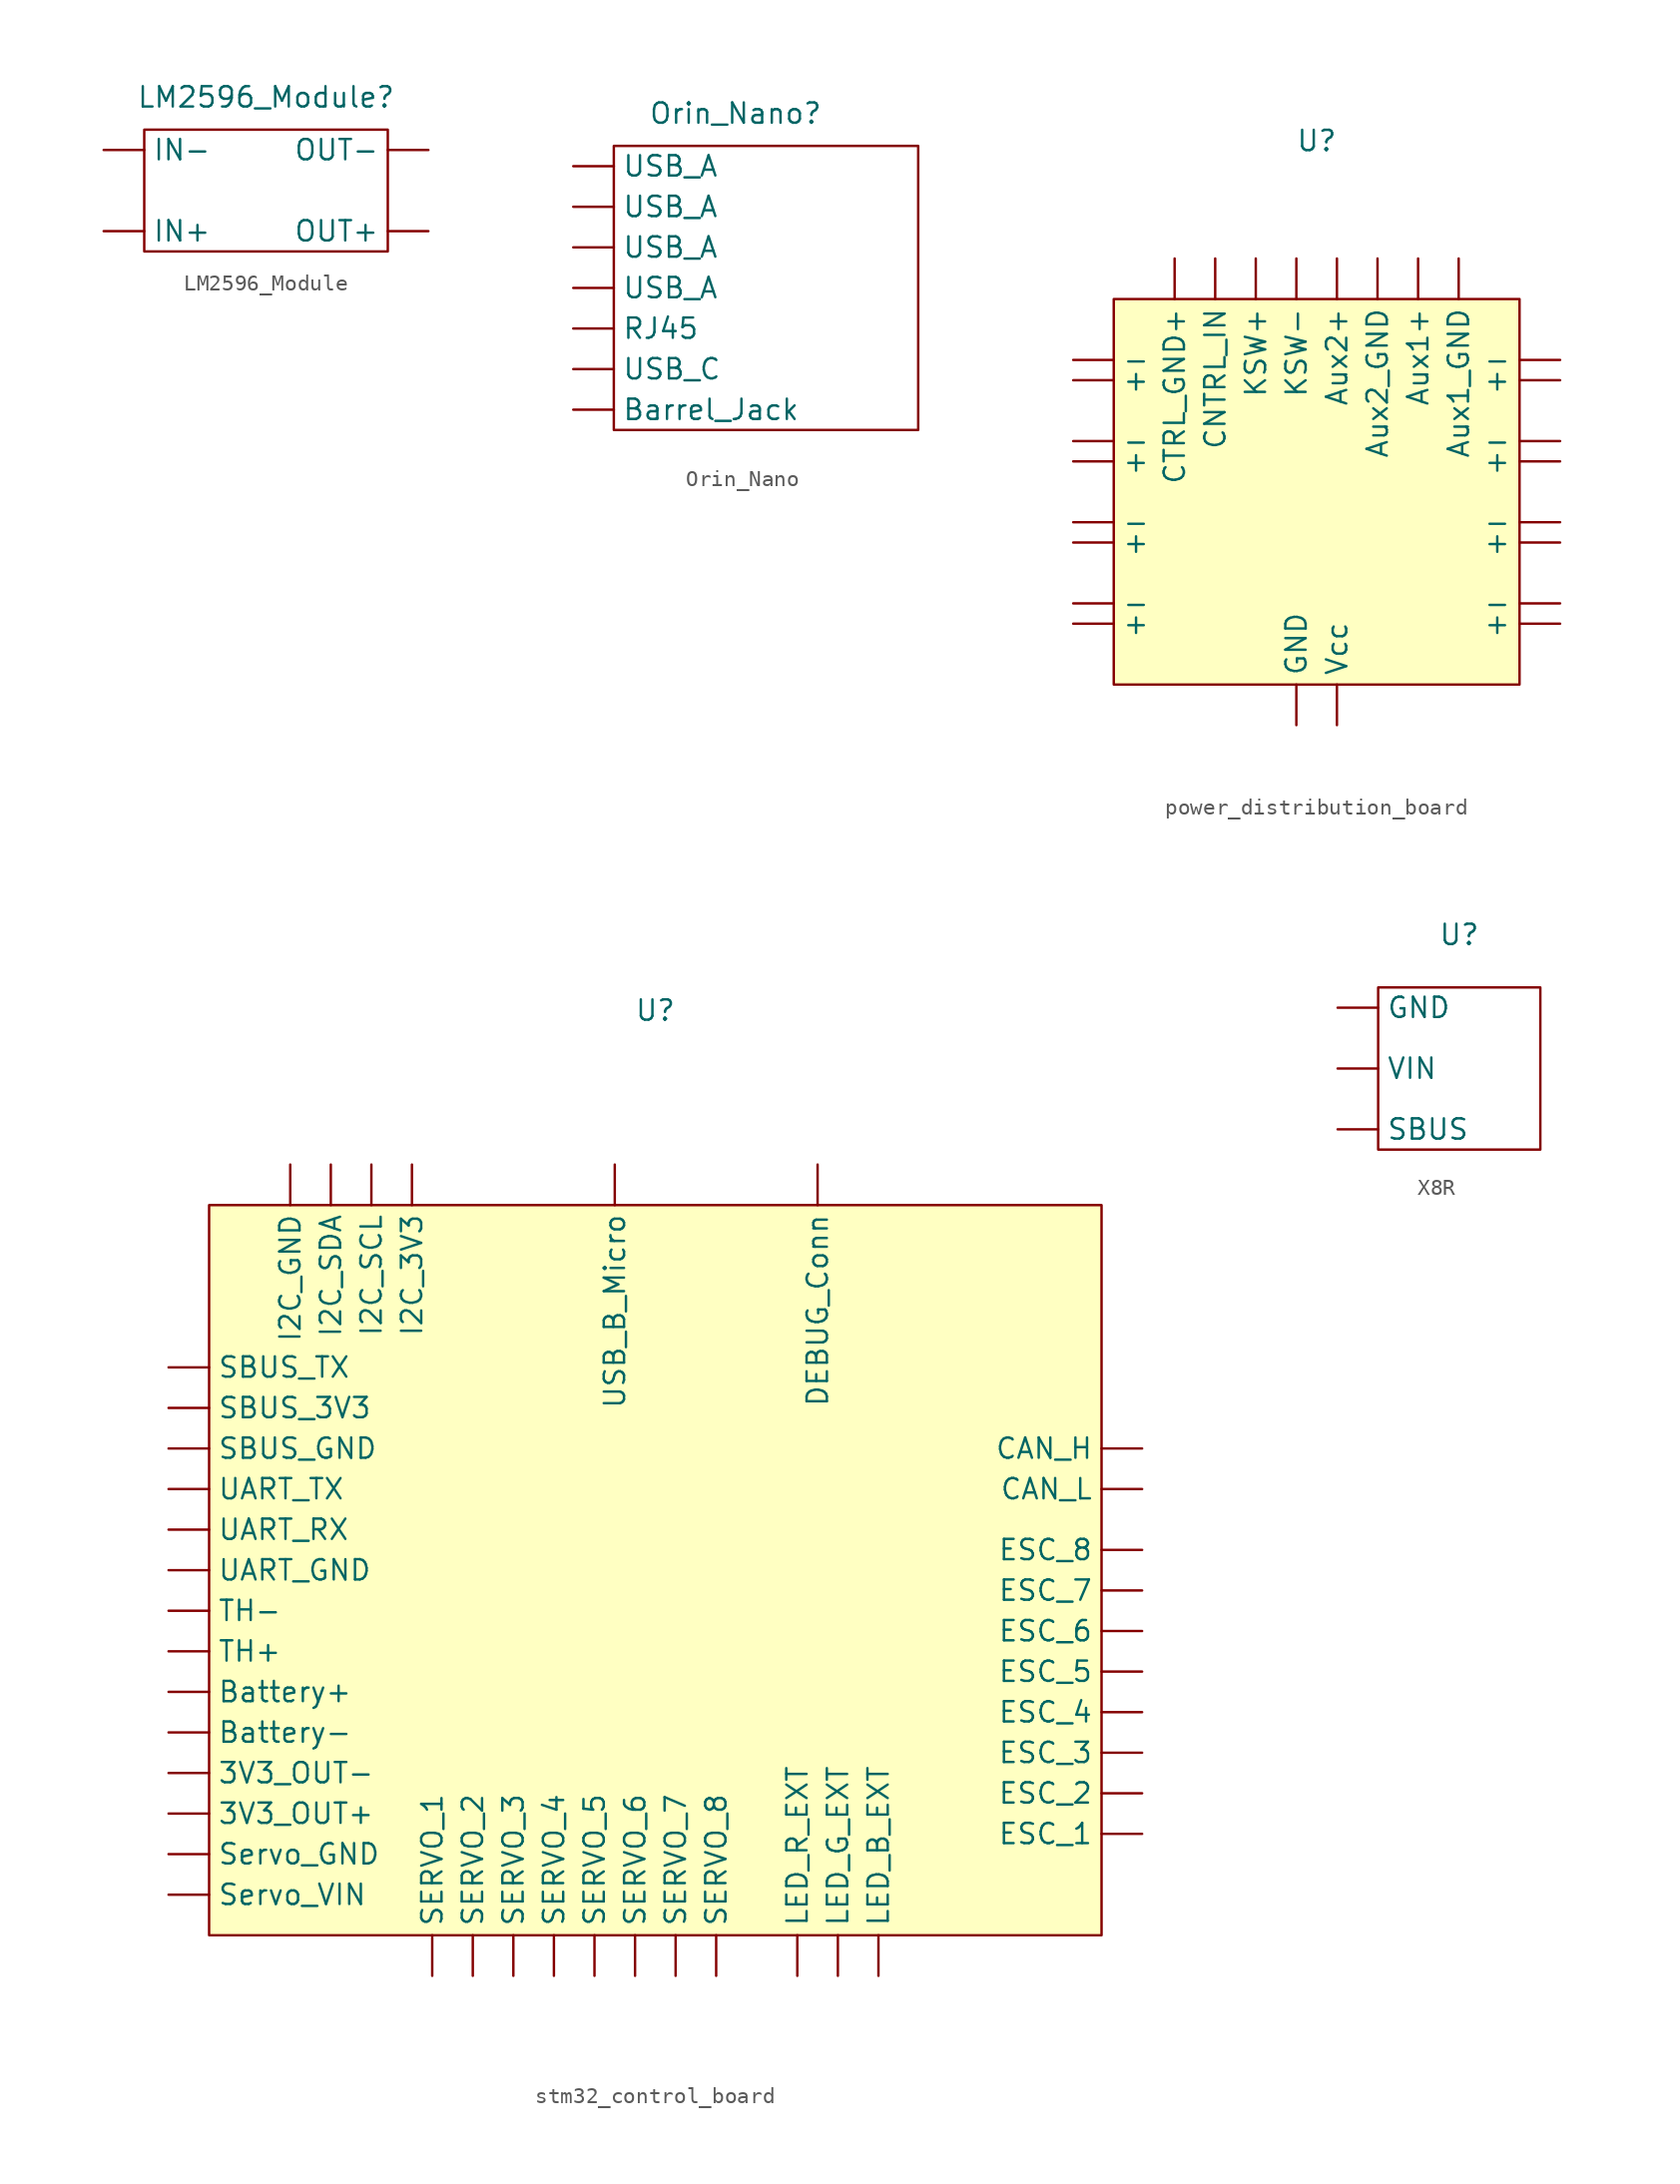
<source format=kicad_sym>
(kicad_symbol_lib
  (version 20241209)
  (generator "kicad_symbol_editor")
  (generator_version "9.0")
  (symbol "LM2596_Module"
    (property "Reference" "LM2596_Module"
      (at 0 5.842 0)
      (effects (font (size 1.27 1.27))))
    (property "Value" ""
      (at 0 0 0)
      (effects (font (size 1.27 1.27))))
    (symbol "LM2596_Module_0_1"
      (rectangle (start -7.62 3.81) (end 7.62 -3.81) (stroke (width 0) (type default)) (fill (type none))))
    (symbol "LM2596_Module_1_1"
      (pin power_in line (at -10.16 2.54 0) (length 2.54) (name "IN-" (effects (font (size 1.27 1.27)))) (number "" (effects (font (size 1.27 1.27)))))
      (pin power_in line (at -10.16 -2.54 0) (length 2.54) (name "IN+" (effects (font (size 1.27 1.27)))) (number "" (effects (font (size 1.27 1.27)))))
      (pin power_out line (at 10.16 2.54 180) (length 2.54) (name "OUT-" (effects (font (size 1.27 1.27)))) (number "" (effects (font (size 1.27 1.27)))))
      (pin power_out line (at 10.16 -2.54 180) (length 2.54) (name "OUT+" (effects (font (size 1.27 1.27)))) (number "" (effects (font (size 1.27 1.27)))))))
  (symbol "Orin_Nano"
    (property "Reference" "Orin_Nano"
      (at 0 9.652 0)
      (effects (font (size 1.27 1.27))))
    (property "Value" ""
      (at 0 0 0)
      (effects (font (size 1.27 1.27))))
    (symbol "Orin_Nano_0_1"
      (rectangle (start -7.62 7.62) (end 11.43 -10.16) (stroke (width 0) (type default)) (fill (type none))))
    (symbol "Orin_Nano_1_1"
      (pin input line (at -10.16 6.35 0) (length 2.54) (name "USB_A" (effects (font (size 1.27 1.27)))) (number "" (effects (font (size 1.27 1.27)))))
      (pin input line (at -10.16 3.81 0) (length 2.54) (name "USB_A" (effects (font (size 1.27 1.27)))) (number "" (effects (font (size 1.27 1.27)))))
      (pin input line (at -10.16 1.27 0) (length 2.54) (name "USB_A" (effects (font (size 1.27 1.27)))) (number "" (effects (font (size 1.27 1.27)))))
      (pin input line (at -10.16 -1.27 0) (length 2.54) (name "USB_A" (effects (font (size 1.27 1.27)))) (number "" (effects (font (size 1.27 1.27)))))
      (pin input line (at -10.16 -3.81 0) (length 2.54) (name "RJ45" (effects (font (size 1.27 1.27)))) (number "" (effects (font (size 1.27 1.27)))))
      (pin input line (at -10.16 -6.35 0) (length 2.54) (name "USB_C" (effects (font (size 1.27 1.27)))) (number "" (effects (font (size 1.27 1.27)))))
      (pin power_in line (at -10.16 -8.89 0) (length 2.54) (name "Barrel_Jack" (effects (font (size 1.27 1.27)))) (number "" (effects (font (size 1.27 1.27)))))))
  (symbol "power_distribution_board"
    (property "Reference" "U"
      (at 0 18.796 0)
      (effects (font (size 1.27 1.27))))
    (property "Value" ""
      (at 0 0 0)
      (effects (font (size 1.27 1.27))))
    (symbol "power_distribution_board_1_1"
      (rectangle (start -12.7 8.89) (end 12.7 -15.24) (stroke (width 0) (type solid)) (fill (type background)))
      (pin power_out line (at -15.24 5.08 0) (length 2.54) (name "-" (effects (font (size 1.27 1.27)))) (number "" (effects (font (size 1.27 1.27)))))
      (pin power_out line (at -15.24 3.81 0) (length 2.54) (name "+" (effects (font (size 1.27 1.27)))) (number "" (effects (font (size 1.27 1.27)))))
      (pin power_out line (at -15.24 0 0) (length 2.54) (name "-" (effects (font (size 1.27 1.27)))) (number "" (effects (font (size 1.27 1.27)))))
      (pin power_out line (at -15.24 -1.27 0) (length 2.54) (name "+" (effects (font (size 1.27 1.27)))) (number "" (effects (font (size 1.27 1.27)))))
      (pin power_out line (at -15.24 -5.08 0) (length 2.54) (name "-" (effects (font (size 1.27 1.27)))) (number "" (effects (font (size 1.27 1.27)))))
      (pin power_out line (at -15.24 -6.35 0) (length 2.54) (name "+" (effects (font (size 1.27 1.27)))) (number "" (effects (font (size 1.27 1.27)))))
      (pin power_out line (at -15.24 -10.16 0) (length 2.54) (name "-" (effects (font (size 1.27 1.27)))) (number "" (effects (font (size 1.27 1.27)))))
      (pin power_out line (at -15.24 -11.43 0) (length 2.54) (name "+" (effects (font (size 1.27 1.27)))) (number "" (effects (font (size 1.27 1.27)))))
      (pin output line (at -8.89 11.43 270) (length 2.54) (name "CTRL_GND+" (effects (font (size 1.27 1.27)))) (number "" (effects (font (size 1.27 1.27)))))
      (pin output line (at -6.35 11.43 270) (length 2.54) (name "CNTRL_IN" (effects (font (size 1.27 1.27)))) (number "" (effects (font (size 1.27 1.27)))))
      (pin output line (at -3.81 11.43 270) (length 2.54) (name "KSW+" (effects (font (size 1.27 1.27)))) (number "" (effects (font (size 1.27 1.27)))))
      (pin output line (at -1.27 11.43 270) (length 2.54) (name "KSW-" (effects (font (size 1.27 1.27)))) (number "" (effects (font (size 1.27 1.27)))))
      (pin power_in line (at -1.27 -17.78 90) (length 2.54) (name "GND" (effects (font (size 1.27 1.27)))) (number "" (effects (font (size 1.27 1.27)))))
      (pin output line (at 1.27 11.43 270) (length 2.54) (name "Aux2+" (effects (font (size 1.27 1.27)))) (number "" (effects (font (size 1.27 1.27)))))
      (pin power_in line (at 1.27 -17.78 90) (length 2.54) (name "Vcc" (effects (font (size 1.27 1.27)))) (number "" (effects (font (size 1.27 1.27)))))
      (pin output line (at 3.81 11.43 270) (length 2.54) (name "Aux2_GND" (effects (font (size 1.27 1.27)))) (number "" (effects (font (size 1.27 1.27)))))
      (pin output line (at 6.35 11.43 270) (length 2.54) (name "Aux1+" (effects (font (size 1.27 1.27)))) (number "" (effects (font (size 1.27 1.27)))))
      (pin output line (at 8.89 11.43 270) (length 2.54) (name "Aux1_GND" (effects (font (size 1.27 1.27)))) (number "" (effects (font (size 1.27 1.27)))))
      (pin power_out line (at 15.24 5.08 180) (length 2.54) (name "-" (effects (font (size 1.27 1.27)))) (number "" (effects (font (size 1.27 1.27)))))
      (pin power_out line (at 15.24 3.81 180) (length 2.54) (name "+" (effects (font (size 1.27 1.27)))) (number "" (effects (font (size 1.27 1.27)))))
      (pin power_out line (at 15.24 0 180) (length 2.54) (name "-" (effects (font (size 1.27 1.27)))) (number "" (effects (font (size 1.27 1.27)))))
      (pin power_out line (at 15.24 -1.27 180) (length 2.54) (name "+" (effects (font (size 1.27 1.27)))) (number "" (effects (font (size 1.27 1.27)))))
      (pin power_out line (at 15.24 -5.08 180) (length 2.54) (name "-" (effects (font (size 1.27 1.27)))) (number "" (effects (font (size 1.27 1.27)))))
      (pin power_out line (at 15.24 -6.35 180) (length 2.54) (name "+" (effects (font (size 1.27 1.27)))) (number "" (effects (font (size 1.27 1.27)))))
      (pin power_out line (at 15.24 -10.16 180) (length 2.54) (name "-" (effects (font (size 1.27 1.27)))) (number "" (effects (font (size 1.27 1.27)))))
      (pin power_out line (at 15.24 -11.43 180) (length 2.54) (name "+" (effects (font (size 1.27 1.27)))) (number "" (effects (font (size 1.27 1.27)))))))
  (symbol "stm32_control_board"
    (property "Reference" "U"
      (at 0 35.052 0)
      (effects (font (size 1.27 1.27))))
    (property "Value" ""
      (at 0 0 0)
      (effects (font (size 1.27 1.27))))
    (symbol "stm32_control_board_1_1"
      (rectangle (start -27.94 22.86) (end 27.94 -22.86) (stroke (width 0) (type solid)) (fill (type background)))
      (pin power_in line (at -30.48 12.7 0) (length 2.54) (name "SBUS_TX" (effects (font (size 1.27 1.27)))) (number "" (effects (font (size 1.27 1.27)))))
      (pin power_in line (at -30.48 10.16 0) (length 2.54) (name "SBUS_3V3" (effects (font (size 1.27 1.27)))) (number "" (effects (font (size 1.27 1.27)))))
      (pin power_in line (at -30.48 7.62 0) (length 2.54) (name "SBUS_GND" (effects (font (size 1.27 1.27)))) (number "" (effects (font (size 1.27 1.27)))))
      (pin output line (at -30.48 5.08 0) (length 2.54) (name "UART_TX" (effects (font (size 1.27 1.27)))) (number "" (effects (font (size 1.27 1.27)))))
      (pin input line (at -30.48 2.54 0) (length 2.54) (name "UART_RX" (effects (font (size 1.27 1.27)))) (number "" (effects (font (size 1.27 1.27)))))
      (pin power_in line (at -30.48 0 0) (length 2.54) (name "UART_GND" (effects (font (size 1.27 1.27)))) (number "" (effects (font (size 1.27 1.27)))))
      (pin output line (at -30.48 -2.54 0) (length 2.54) (name "TH-" (effects (font (size 1.27 1.27)))) (number "" (effects (font (size 1.27 1.27)))))
      (pin output line (at -30.48 -5.08 0) (length 2.54) (name "TH+" (effects (font (size 1.27 1.27)))) (number "" (effects (font (size 1.27 1.27)))))
      (pin power_in line (at -30.48 -7.62 0) (length 2.54) (name "Battery+" (effects (font (size 1.27 1.27)))) (number "" (effects (font (size 1.27 1.27)))))
      (pin power_in line (at -30.48 -10.16 0) (length 2.54) (name "Battery-" (effects (font (size 1.27 1.27)))) (number "" (effects (font (size 1.27 1.27)))))
      (pin power_out line (at -30.48 -12.7 0) (length 2.54) (name "3V3_OUT-" (effects (font (size 1.27 1.27)))) (number "" (effects (font (size 1.27 1.27)))))
      (pin power_out line (at -30.48 -15.24 0) (length 2.54) (name "3V3_OUT+" (effects (font (size 1.27 1.27)))) (number "" (effects (font (size 1.27 1.27)))))
      (pin power_out line (at -30.48 -17.78 0) (length 2.54) (name "Servo_GND" (effects (font (size 1.27 1.27)))) (number "" (effects (font (size 1.27 1.27)))))
      (pin power_in line (at -30.48 -20.32 0) (length 2.54) (name "Servo_VIN" (effects (font (size 1.27 1.27)))) (number "" (effects (font (size 1.27 1.27)))))
      (pin power_in line (at -22.86 25.4 270) (length 2.54) (name "I2C_GND" (effects (font (size 1.27 1.27)))) (number "" (effects (font (size 1.27 1.27)))))
      (pin bidirectional line (at -20.32 25.4 270) (length 2.54) (name "I2C_SDA" (effects (font (size 1.27 1.27)))) (number "" (effects (font (size 1.27 1.27)))))
      (pin input line (at -17.78 25.4 270) (length 2.54) (name "I2C_SCL" (effects (font (size 1.27 1.27)))) (number "" (effects (font (size 1.27 1.27)))))
      (pin power_in line (at -15.24 25.4 270) (length 2.54) (name "I2C_3V3" (effects (font (size 1.27 1.27)))) (number "" (effects (font (size 1.27 1.27)))))
      (pin input line (at -13.97 -25.4 90) (length 2.54) (name "SERVO_1" (effects (font (size 1.27 1.27)))) (number "" (effects (font (size 1.27 1.27)))))
      (pin input line (at -11.43 -25.4 90) (length 2.54) (name "SERVO_2" (effects (font (size 1.27 1.27)))) (number "" (effects (font (size 1.27 1.27)))))
      (pin input line (at -8.89 -25.4 90) (length 2.54) (name "SERVO_3" (effects (font (size 1.27 1.27)))) (number "" (effects (font (size 1.27 1.27)))))
      (pin input line (at -6.35 -25.4 90) (length 2.54) (name "SERVO_4" (effects (font (size 1.27 1.27)))) (number "" (effects (font (size 1.27 1.27)))))
      (pin input line (at -3.81 -25.4 90) (length 2.54) (name "SERVO_5" (effects (font (size 1.27 1.27)))) (number "" (effects (font (size 1.27 1.27)))))
      (pin power_in line (at -2.54 25.4 270) (length 2.54) (name "USB_B_Micro" (effects (font (size 1.27 1.27)))) (number "" (effects (font (size 1.27 1.27)))))
      (pin input line (at -1.27 -25.4 90) (length 2.54) (name "SERVO_6" (effects (font (size 1.27 1.27)))) (number "" (effects (font (size 1.27 1.27)))))
      (pin input line (at 1.27 -25.4 90) (length 2.54) (name "SERVO_7" (effects (font (size 1.27 1.27)))) (number "" (effects (font (size 1.27 1.27)))))
      (pin input line (at 3.81 -25.4 90) (length 2.54) (name "SERVO_8" (effects (font (size 1.27 1.27)))) (number "" (effects (font (size 1.27 1.27)))))
      (pin input line (at 8.89 -25.4 90) (length 2.54) (name "LED_R_EXT" (effects (font (size 1.27 1.27)))) (number "" (effects (font (size 1.27 1.27)))))
      (pin input line (at 10.16 25.4 270) (length 2.54) (name "DEBUG_Conn" (effects (font (size 1.27 1.27)))) (number "" (effects (font (size 1.27 1.27)))))
      (pin input line (at 11.43 -25.4 90) (length 2.54) (name "LED_G_EXT" (effects (font (size 1.27 1.27)))) (number "" (effects (font (size 1.27 1.27)))))
      (pin input line (at 13.97 -25.4 90) (length 2.54) (name "LED_B_EXT" (effects (font (size 1.27 1.27)))) (number "" (effects (font (size 1.27 1.27)))))
      (pin bidirectional line (at 30.48 7.62 180) (length 2.54) (name "CAN_H" (effects (font (size 1.27 1.27)))) (number "" (effects (font (size 1.27 1.27)))))
      (pin bidirectional line (at 30.48 5.08 180) (length 2.54) (name "CAN_L" (effects (font (size 1.27 1.27)))) (number "" (effects (font (size 1.27 1.27)))))
      (pin output line (at 30.48 1.27 180) (length 2.54) (name "ESC_8" (effects (font (size 1.27 1.27)))) (number "" (effects (font (size 1.27 1.27)))))
      (pin output line (at 30.48 -1.27 180) (length 2.54) (name "ESC_7" (effects (font (size 1.27 1.27)))) (number "" (effects (font (size 1.27 1.27)))))
      (pin output line (at 30.48 -3.81 180) (length 2.54) (name "ESC_6" (effects (font (size 1.27 1.27)))) (number "" (effects (font (size 1.27 1.27)))))
      (pin output line (at 30.48 -6.35 180) (length 2.54) (name "ESC_5" (effects (font (size 1.27 1.27)))) (number "" (effects (font (size 1.27 1.27)))))
      (pin output line (at 30.48 -8.89 180) (length 2.54) (name "ESC_4" (effects (font (size 1.27 1.27)))) (number "" (effects (font (size 1.27 1.27)))))
      (pin output line (at 30.48 -11.43 180) (length 2.54) (name "ESC_3" (effects (font (size 1.27 1.27)))) (number "" (effects (font (size 1.27 1.27)))))
      (pin output line (at 30.48 -13.97 180) (length 2.54) (name "ESC_2" (effects (font (size 1.27 1.27)))) (number "" (effects (font (size 1.27 1.27)))))
      (pin output line (at 30.48 -16.51 180) (length 2.54) (name "ESC_1" (effects (font (size 1.27 1.27)))) (number "" (effects (font (size 1.27 1.27)))))))
  (symbol "X8R"
    (property "Reference" "U"
      (at 0 9.652 0)
      (effects (font (size 1.27 1.27))))
    (property "Value" ""
      (at 0 0 0)
      (effects (font (size 1.27 1.27))))
    (symbol "X8R_0_1"
      (rectangle (start -5.08 6.35) (end 5.08 -3.81) (stroke (width 0) (type default)) (fill (type none))))
    (symbol "X8R_1_1"
      (pin power_in line (at -7.62 5.08 0) (length 2.54) (name "GND" (effects (font (size 1.27 1.27)))) (number "" (effects (font (size 1.27 1.27)))))
      (pin power_in line (at -7.62 1.27 0) (length 2.54) (name "VIN" (effects (font (size 1.27 1.27)))) (number "" (effects (font (size 1.27 1.27)))))
      (pin input line (at -7.62 -2.54 0) (length 2.54) (name "SBUS" (effects (font (size 1.27 1.27)))) (number "" (effects (font (size 1.27 1.27))))))))
</source>
